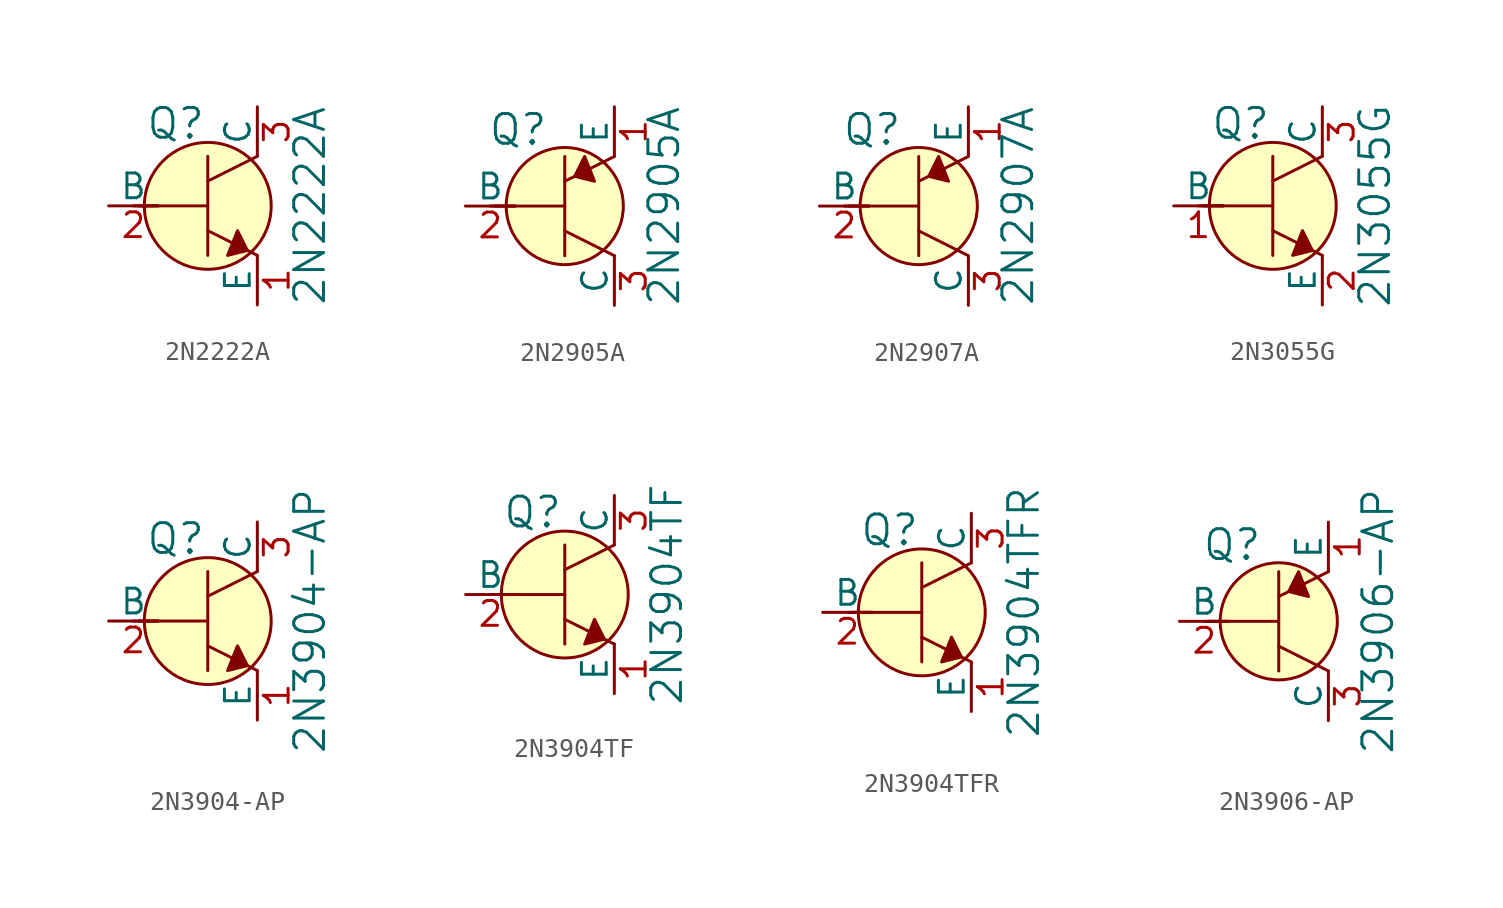
<source format=kicad_sym>
(kicad_symbol_lib
  (version 20220914)
  (generator kicad_symbol_editor)
  (symbol "2N2222A"
    (pin_names
      (offset 0))
    (property "Reference" "Q"
      (at -3.2 4.216 0)
      (effects (font (size 1.524 1.524)) (justify left)))
    (property "Value" "2N2222A"
      (at 5.232 0 90)
      (effects (font (size 1.524 1.524))))
    (symbol "2N2222A_0_1"
      (polyline (pts (xy -3.81 0) (xy -2.54 0)) (stroke (width 0) (type solid)) (fill (type none)))
      (polyline (pts (xy -3.556 0) (xy 0 0)) (stroke (width 0) (type solid)) (fill (type none)))
      (polyline (pts (xy 0 -1.27) (xy 2.54 -2.54)) (stroke (width 0) (type solid)) (fill (type none)))
      (polyline (pts (xy 0 1.27) (xy 2.54 2.54)) (stroke (width 0) (type solid)) (fill (type none)))
      (polyline (pts (xy 0 2.54) (xy 0 -2.54)) (stroke (width 0) (type solid)) (fill (type none)))
      (polyline (pts (xy 1.524 -1.27) (xy 2.032 -2.286) (xy 1.016 -2.54) (xy 1.524 -1.27)) (stroke (width 0) (type solid)) (fill (type outline)))
      (circle (center 0 0) (radius 3.251) (stroke (width 0) (type solid)) (fill (type background))))
    (symbol "2N2222A_1_1"
      (pin passive line (at 2.54 -5.08 90) (length 2.54) (name "E" (effects (font (size 1.27 1.27)))) (number "1" (effects (font (size 1.27 1.27)))))
      (pin input line (at -5.08 0 0) (length 2.54) (name "B" (effects (font (size 1.27 1.27)))) (number "2" (effects (font (size 1.27 1.27)))))
      (pin passive line (at 2.54 5.08 270) (length 2.54) (name "C" (effects (font (size 1.27 1.27)))) (number "3" (effects (font (size 1.27 1.27)))))))
  (symbol "2N2905A"
    (pin_names
      (offset 0))
    (property "Reference" "Q"
      (at -2.388 3.912 0)
      (effects (font (size 1.524 1.524))))
    (property "Value" "2N2905A"
      (at 5.08 0 90)
      (effects (font (size 1.524 1.524))))
    (symbol "2N2905A_0_1"
      (polyline (pts (xy -3.81 0) (xy -2.54 0)) (stroke (width 0) (type solid)) (fill (type none)))
      (polyline (pts (xy -3.556 0) (xy 0 0)) (stroke (width 0) (type solid)) (fill (type none)))
      (polyline (pts (xy 0 -1.27) (xy 2.54 -2.54)) (stroke (width 0) (type solid)) (fill (type none)))
      (polyline (pts (xy 0 1.27) (xy 2.54 2.54)) (stroke (width 0) (type solid)) (fill (type none)))
      (polyline (pts (xy 0 2.54) (xy 0 -2.54)) (stroke (width 0) (type solid)) (fill (type none)))
      (polyline (pts (xy 1.016 2.54) (xy 0.508 1.524) (xy 1.524 1.27) (xy 1.016 2.54)) (stroke (width 0) (type solid)) (fill (type outline)))
      (circle (center 0 0) (radius 2.997) (stroke (width 0) (type solid)) (fill (type background))))
    (symbol "2N2905A_1_1"
      (pin passive line (at 2.54 5.08 270) (length 2.54) (name "E" (effects (font (size 1.27 1.27)))) (number "1" (effects (font (size 1.27 1.27)))))
      (pin input line (at -5.08 0 0) (length 2.54) (name "B" (effects (font (size 1.27 1.27)))) (number "2" (effects (font (size 1.27 1.27)))))
      (pin passive line (at 2.54 -5.08 90) (length 2.54) (name "C" (effects (font (size 1.27 1.27)))) (number "3" (effects (font (size 1.27 1.27)))))))
  (symbol "2N2907A"
    (pin_names
      (offset 0))
    (property "Reference" "Q"
      (at -2.388 3.912 0)
      (effects (font (size 1.524 1.524))))
    (property "Value" "2N2907A"
      (at 5.08 0 90)
      (effects (font (size 1.524 1.524))))
    (symbol "2N2907A_0_1"
      (polyline (pts (xy -3.81 0) (xy -2.54 0)) (stroke (width 0) (type solid)) (fill (type none)))
      (polyline (pts (xy -3.556 0) (xy 0 0)) (stroke (width 0) (type solid)) (fill (type none)))
      (polyline (pts (xy 0 -1.27) (xy 2.54 -2.54)) (stroke (width 0) (type solid)) (fill (type none)))
      (polyline (pts (xy 0 1.27) (xy 2.54 2.54)) (stroke (width 0) (type solid)) (fill (type none)))
      (polyline (pts (xy 0 2.54) (xy 0 -2.54)) (stroke (width 0) (type solid)) (fill (type none)))
      (polyline (pts (xy 1.016 2.54) (xy 0.508 1.524) (xy 1.524 1.27) (xy 1.016 2.54)) (stroke (width 0) (type solid)) (fill (type outline)))
      (circle (center 0 0) (radius 2.997) (stroke (width 0) (type solid)) (fill (type background))))
    (symbol "2N2907A_1_1"
      (pin passive line (at 2.54 5.08 270) (length 2.54) (name "E" (effects (font (size 1.27 1.27)))) (number "1" (effects (font (size 1.27 1.27)))))
      (pin input line (at -5.08 0 0) (length 2.54) (name "B" (effects (font (size 1.27 1.27)))) (number "2" (effects (font (size 1.27 1.27)))))
      (pin passive line (at 2.54 -5.08 90) (length 2.54) (name "C" (effects (font (size 1.27 1.27)))) (number "3" (effects (font (size 1.27 1.27)))))))
  (symbol "2N3055G"
    (pin_names
      (offset 0))
    (property "Reference" "Q"
      (at -3.2 4.216 0)
      (effects (font (size 1.524 1.524)) (justify left)))
    (property "Value" "2N3055G"
      (at 5.232 0 90)
      (effects (font (size 1.524 1.524))))
    (symbol "2N3055G_0_1"
      (polyline (pts (xy -3.81 0) (xy -2.54 0)) (stroke (width 0) (type solid)) (fill (type none)))
      (polyline (pts (xy -3.556 0) (xy 0 0)) (stroke (width 0) (type solid)) (fill (type none)))
      (polyline (pts (xy 0 -1.27) (xy 2.54 -2.54)) (stroke (width 0) (type solid)) (fill (type none)))
      (polyline (pts (xy 0 1.27) (xy 2.54 2.54)) (stroke (width 0) (type solid)) (fill (type none)))
      (polyline (pts (xy 0 2.54) (xy 0 -2.54)) (stroke (width 0) (type solid)) (fill (type none)))
      (polyline (pts (xy 1.524 -1.27) (xy 2.032 -2.286) (xy 1.016 -2.54) (xy 1.524 -1.27)) (stroke (width 0) (type solid)) (fill (type outline)))
      (circle (center 0 0) (radius 3.251) (stroke (width 0) (type solid)) (fill (type background))))
    (symbol "2N3055G_1_1"
      (pin input line (at -5.08 0 0) (length 2.54) (name "B" (effects (font (size 1.27 1.27)))) (number "1" (effects (font (size 1.27 1.27)))))
      (pin passive line (at 2.54 -5.08 90) (length 2.54) (name "E" (effects (font (size 1.27 1.27)))) (number "2" (effects (font (size 1.27 1.27)))))
      (pin passive line (at 2.54 5.08 270) (length 2.54) (name "C" (effects (font (size 1.27 1.27)))) (number "3" (effects (font (size 1.27 1.27)))))))
  (symbol "2N3904-AP"
    (pin_names
      (offset 0))
    (property "Reference" "Q"
      (at -3.2 4.216 0)
      (effects (font (size 1.524 1.524)) (justify left)))
    (property "Value" "2N3904-AP"
      (at 5.232 0 90)
      (effects (font (size 1.524 1.524))))
    (symbol "2N3904-AP_0_1"
      (polyline (pts (xy -3.81 0) (xy -2.54 0)) (stroke (width 0) (type solid)) (fill (type none)))
      (polyline (pts (xy -3.556 0) (xy 0 0)) (stroke (width 0) (type solid)) (fill (type none)))
      (polyline (pts (xy 0 -1.27) (xy 2.54 -2.54)) (stroke (width 0) (type solid)) (fill (type none)))
      (polyline (pts (xy 0 1.27) (xy 2.54 2.54)) (stroke (width 0) (type solid)) (fill (type none)))
      (polyline (pts (xy 0 2.54) (xy 0 -2.54)) (stroke (width 0) (type solid)) (fill (type none)))
      (polyline (pts (xy 1.524 -1.27) (xy 2.032 -2.286) (xy 1.016 -2.54) (xy 1.524 -1.27)) (stroke (width 0) (type solid)) (fill (type outline)))
      (circle (center 0 0) (radius 3.251) (stroke (width 0) (type solid)) (fill (type background))))
    (symbol "2N3904-AP_1_1"
      (pin passive line (at 2.54 -5.08 90) (length 2.54) (name "E" (effects (font (size 1.27 1.27)))) (number "1" (effects (font (size 1.27 1.27)))))
      (pin input line (at -5.08 0 0) (length 2.54) (name "B" (effects (font (size 1.27 1.27)))) (number "2" (effects (font (size 1.27 1.27)))))
      (pin passive line (at 2.54 5.08 270) (length 2.54) (name "C" (effects (font (size 1.27 1.27)))) (number "3" (effects (font (size 1.27 1.27)))))))
  (symbol "2N3904TF"
    (pin_names
      (offset 0))
    (property "Reference" "Q"
      (at -3.2 4.216 0)
      (effects (font (size 1.524 1.524)) (justify left)))
    (property "Value" "2N3904TF"
      (at 5.232 0 90)
      (effects (font (size 1.524 1.524))))
    (symbol "2N3904TF_0_1"
      (polyline (pts (xy -3.81 0) (xy -2.54 0)) (stroke (width 0) (type solid)) (fill (type none)))
      (polyline (pts (xy -3.556 0) (xy 0 0)) (stroke (width 0) (type solid)) (fill (type none)))
      (polyline (pts (xy 0 -1.27) (xy 2.54 -2.54)) (stroke (width 0) (type solid)) (fill (type none)))
      (polyline (pts (xy 0 1.27) (xy 2.54 2.54)) (stroke (width 0) (type solid)) (fill (type none)))
      (polyline (pts (xy 0 2.54) (xy 0 -2.54)) (stroke (width 0) (type solid)) (fill (type none)))
      (polyline (pts (xy 1.524 -1.27) (xy 2.032 -2.286) (xy 1.016 -2.54) (xy 1.524 -1.27)) (stroke (width 0) (type solid)) (fill (type outline)))
      (circle (center 0 0) (radius 3.251) (stroke (width 0) (type solid)) (fill (type background))))
    (symbol "2N3904TF_1_1"
      (pin passive line (at 2.54 -5.08 90) (length 2.54) (name "E" (effects (font (size 1.27 1.27)))) (number "1" (effects (font (size 1.27 1.27)))))
      (pin input line (at -5.08 0 0) (length 2.54) (name "B" (effects (font (size 1.27 1.27)))) (number "2" (effects (font (size 1.27 1.27)))))
      (pin passive line (at 2.54 5.08 270) (length 2.54) (name "C" (effects (font (size 1.27 1.27)))) (number "3" (effects (font (size 1.27 1.27)))))))
  (symbol "2N3904TFR"
    (pin_names
      (offset 0))
    (property "Reference" "Q"
      (at -3.2 4.216 0)
      (effects (font (size 1.524 1.524)) (justify left)))
    (property "Value" "2N3904TFR"
      (at 5.232 0 90)
      (effects (font (size 1.524 1.524))))
    (symbol "2N3904TFR_0_1"
      (polyline (pts (xy -3.81 0) (xy -2.54 0)) (stroke (width 0) (type solid)) (fill (type none)))
      (polyline (pts (xy -3.556 0) (xy 0 0)) (stroke (width 0) (type solid)) (fill (type none)))
      (polyline (pts (xy 0 -1.27) (xy 2.54 -2.54)) (stroke (width 0) (type solid)) (fill (type none)))
      (polyline (pts (xy 0 1.27) (xy 2.54 2.54)) (stroke (width 0) (type solid)) (fill (type none)))
      (polyline (pts (xy 0 2.54) (xy 0 -2.54)) (stroke (width 0) (type solid)) (fill (type none)))
      (polyline (pts (xy 1.524 -1.27) (xy 2.032 -2.286) (xy 1.016 -2.54) (xy 1.524 -1.27)) (stroke (width 0) (type solid)) (fill (type outline)))
      (circle (center 0 0) (radius 3.251) (stroke (width 0) (type solid)) (fill (type background))))
    (symbol "2N3904TFR_1_1"
      (pin passive line (at 2.54 -5.08 90) (length 2.54) (name "E" (effects (font (size 1.27 1.27)))) (number "1" (effects (font (size 1.27 1.27)))))
      (pin input line (at -5.08 0 0) (length 2.54) (name "B" (effects (font (size 1.27 1.27)))) (number "2" (effects (font (size 1.27 1.27)))))
      (pin passive line (at 2.54 5.08 270) (length 2.54) (name "C" (effects (font (size 1.27 1.27)))) (number "3" (effects (font (size 1.27 1.27)))))))
  (symbol "2N3906-AP"
    (pin_names
      (offset 0))
    (property "Reference" "Q"
      (at -2.388 3.912 0)
      (effects (font (size 1.524 1.524))))
    (property "Value" "2N3906-AP"
      (at 5.08 0 90)
      (effects (font (size 1.524 1.524))))
    (symbol "2N3906-AP_0_1"
      (polyline (pts (xy -3.81 0) (xy -2.54 0)) (stroke (width 0) (type solid)) (fill (type none)))
      (polyline (pts (xy -3.556 0) (xy 0 0)) (stroke (width 0) (type solid)) (fill (type none)))
      (polyline (pts (xy 0 -1.27) (xy 2.54 -2.54)) (stroke (width 0) (type solid)) (fill (type none)))
      (polyline (pts (xy 0 1.27) (xy 2.54 2.54)) (stroke (width 0) (type solid)) (fill (type none)))
      (polyline (pts (xy 0 2.54) (xy 0 -2.54)) (stroke (width 0) (type solid)) (fill (type none)))
      (polyline (pts (xy 1.016 2.54) (xy 0.508 1.524) (xy 1.524 1.27) (xy 1.016 2.54)) (stroke (width 0) (type solid)) (fill (type outline)))
      (circle (center 0 0) (radius 2.997) (stroke (width 0) (type solid)) (fill (type background))))
    (symbol "2N3906-AP_1_1"
      (pin passive line (at 2.54 5.08 270) (length 2.54) (name "E" (effects (font (size 1.27 1.27)))) (number "1" (effects (font (size 1.27 1.27)))))
      (pin input line (at -5.08 0 0) (length 2.54) (name "B" (effects (font (size 1.27 1.27)))) (number "2" (effects (font (size 1.27 1.27)))))
      (pin passive line (at 2.54 -5.08 90) (length 2.54) (name "C" (effects (font (size 1.27 1.27)))) (number "3" (effects (font (size 1.27 1.27))))))))
</source>
